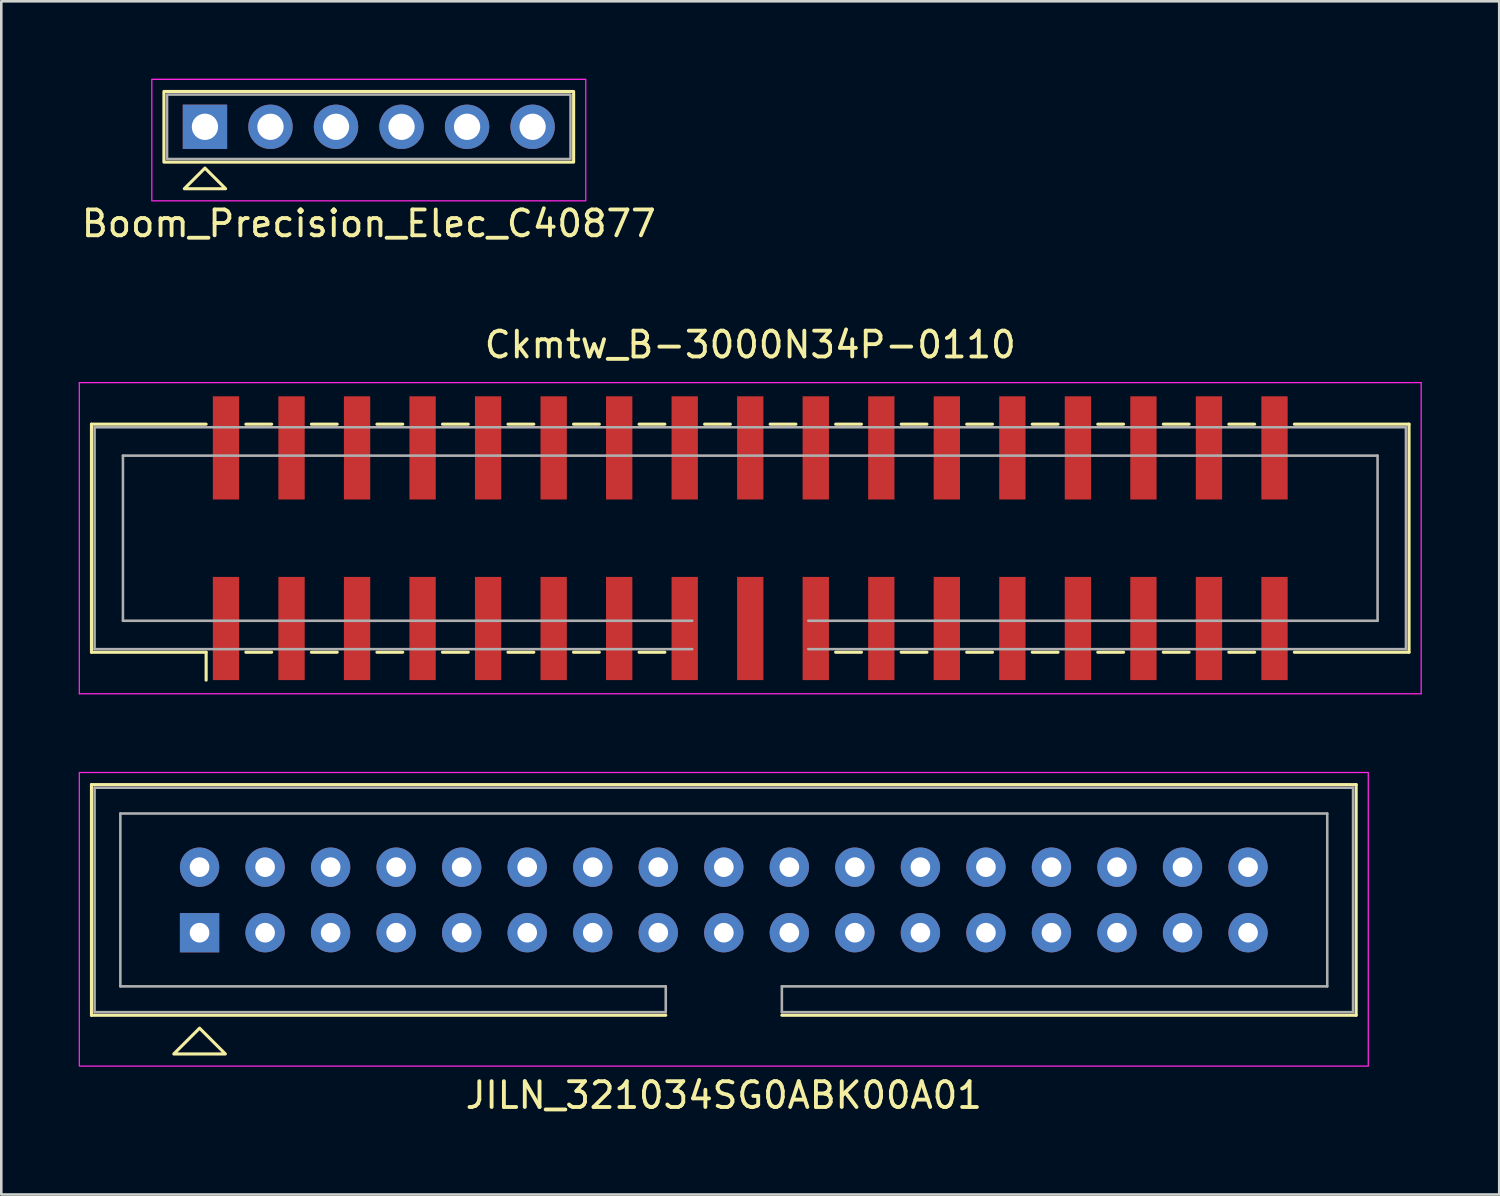
<source format=kicad_pcb>
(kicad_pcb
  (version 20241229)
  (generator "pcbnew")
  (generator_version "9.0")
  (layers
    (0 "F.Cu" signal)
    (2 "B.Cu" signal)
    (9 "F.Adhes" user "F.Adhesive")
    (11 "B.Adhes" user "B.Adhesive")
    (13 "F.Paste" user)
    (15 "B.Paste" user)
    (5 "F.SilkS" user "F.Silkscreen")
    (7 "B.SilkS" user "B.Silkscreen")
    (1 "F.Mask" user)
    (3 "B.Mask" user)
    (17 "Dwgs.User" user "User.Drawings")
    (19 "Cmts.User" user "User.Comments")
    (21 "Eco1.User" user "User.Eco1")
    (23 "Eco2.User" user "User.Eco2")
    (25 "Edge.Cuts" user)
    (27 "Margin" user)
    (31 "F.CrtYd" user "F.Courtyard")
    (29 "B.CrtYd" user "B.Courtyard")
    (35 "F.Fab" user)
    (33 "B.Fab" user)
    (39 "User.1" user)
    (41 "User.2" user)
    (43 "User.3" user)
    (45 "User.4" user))
  (footprint "Boom_Precision_Elec_C40877"
    (layer "F.Cu")
    (at 4.894 1.865)
    (property "Reference" "Boom_Precision_Elec_C40877" (at 6.35 3.75 0) (unlocked yes) (layer "F.SilkS") (effects (font (size 1 1) (thickness 0.15))))
    (attr through_hole)
    (fp_rect (start -1.59 -1.37) (end 14.29 1.37) (stroke (width 0.12) (type solid)) (fill no) (layer "F.SilkS"))
    (fp_poly (pts (xy 0 1.6) (xy 0.8 2.4) (xy -0.8 2.4)) (stroke (width 0.12) (type solid)) (fill no) (layer "F.SilkS"))
    (fp_rect (start -2.06 2.87) (end 14.76 -1.84) (stroke (width 0.05) (type solid)) (fill no) (layer "F.CrtYd"))
    (fp_rect (start -1.47 -1.25) (end 14.17 1.25) (stroke (width 0.1) (type solid)) (fill no) (layer "F.Fab"))
    (pad "1" thru_hole rect (at 0 0) (size 1.72 1.72) (drill 1.02) (layers "*.Cu" "*.Mask"))
    (pad "2" thru_hole circle (at 2.54 0) (size 1.72 1.72) (drill 1.02) (layers "*.Cu" "*.Mask"))
    (pad "3" thru_hole circle (at 5.08 0) (size 1.72 1.72) (drill 1.02) (layers "*.Cu" "*.Mask"))
    (pad "4" thru_hole circle (at 7.62 0) (size 1.72 1.72) (drill 1.02) (layers "*.Cu" "*.Mask"))
    (pad "5" thru_hole circle (at 10.16 0) (size 1.72 1.72) (drill 1.02) (layers "*.Cu" "*.Mask"))
    (pad "6" thru_hole circle (at 12.7 0) (size 1.72 1.72) (drill 1.02) (layers "*.Cu" "*.Mask")))
  (footprint "JILN_321034SG0ABK00A01"
    (layer "F.Cu")
    (at 4.685 33.102)
    (property "Reference" "JILN_321034SG0ABK00A01" (at 20.32 6.3 0) (unlocked yes) (layer "F.SilkS") (effects (font (size 1 1) (thickness 0.15))))
    (attr through_hole)
    (fp_line (start -4.19 -5.74) (end -4.19 3.2) (stroke (width 0.12) (type solid)) (layer "F.SilkS"))
    (fp_line (start -4.19 -5.74) (end 44.83 -5.74) (stroke (width 0.12) (type solid)) (layer "F.SilkS"))
    (fp_line (start -4.19 3.2) (end 18.07 3.2) (stroke (width 0.12) (type solid)) (layer "F.SilkS"))
    (fp_line (start 22.57 3.2) (end 44.83 3.2) (stroke (width 0.12) (type solid)) (layer "F.SilkS"))
    (fp_line (start 44.83 -5.74) (end 44.83 3.2) (stroke (width 0.12) (type solid)) (layer "F.SilkS"))
    (fp_poly (pts (xy 1 4.7) (xy -1 4.7) (xy 0 3.7)) (stroke (width 0.12) (type solid)) (fill no) (layer "F.SilkS"))
    (fp_rect (start -4.66 -6.21) (end 45.3 5.17) (stroke (width 0.05) (type solid)) (fill no) (layer "F.CrtYd"))
    (fp_line (start -4.07 -5.62) (end -4.07 3.08) (stroke (width 0.1) (type solid)) (layer "F.Fab"))
    (fp_line (start -4.07 -5.62) (end 44.71 -5.62) (stroke (width 0.1) (type solid)) (layer "F.Fab"))
    (fp_line (start -4.07 3.08) (end 18.07 3.08) (stroke (width 0.1) (type solid)) (layer "F.Fab"))
    (fp_line (start -3.07 -4.62) (end -3.07 2.08) (stroke (width 0.1) (type solid)) (layer "F.Fab"))
    (fp_line (start -3.07 -4.62) (end 43.71 -4.62) (stroke (width 0.1) (type solid)) (layer "F.Fab"))
    (fp_line (start -3.07 2.08) (end 18.07 2.08) (stroke (width 0.1) (type solid)) (layer "F.Fab"))
    (fp_line (start 18.07 2.08) (end 18.07 3.08) (stroke (width 0.1) (type solid)) (layer "F.Fab"))
    (fp_line (start 22.57 2.08) (end 43.71 2.08) (stroke (width 0.1) (type solid)) (layer "F.Fab"))
    (fp_line (start 22.57 3.08) (end 22.57 2.08) (stroke (width 0.1) (type solid)) (layer "F.Fab"))
    (fp_line (start 22.57 3.08) (end 44.71 3.08) (stroke (width 0.1) (type solid)) (layer "F.Fab"))
    (fp_line (start 43.71 -4.62) (end 43.71 2.08) (stroke (width 0.1) (type solid)) (layer "F.Fab"))
    (fp_line (start 44.71 -5.62) (end 44.71 3.08) (stroke (width 0.1) (type solid)) (layer "F.Fab"))
    (pad "1" thru_hole rect (at 0 0) (size 1.524 1.524) (drill 0.762) (layers "*.Cu" "*.Mask"))
    (pad "2" thru_hole circle (at 0 -2.54) (size 1.524 1.524) (drill 0.762) (layers "*.Cu" "*.Mask"))
    (pad "3" thru_hole circle (at 2.54 0) (size 1.524 1.524) (drill 0.762) (layers "*.Cu" "*.Mask"))
    (pad "4" thru_hole circle (at 2.54 -2.54) (size 1.524 1.524) (drill 0.762) (layers "*.Cu" "*.Mask"))
    (pad "5" thru_hole circle (at 5.08 0) (size 1.524 1.524) (drill 0.762) (layers "*.Cu" "*.Mask"))
    (pad "6" thru_hole circle (at 5.08 -2.54) (size 1.524 1.524) (drill 0.762) (layers "*.Cu" "*.Mask"))
    (pad "7" thru_hole circle (at 7.62 0) (size 1.524 1.524) (drill 0.762) (layers "*.Cu" "*.Mask"))
    (pad "8" thru_hole circle (at 7.62 -2.54) (size 1.524 1.524) (drill 0.762) (layers "*.Cu" "*.Mask"))
    (pad "9" thru_hole circle (at 10.16 0) (size 1.524 1.524) (drill 0.762) (layers "*.Cu" "*.Mask"))
    (pad "10" thru_hole circle (at 10.16 -2.54) (size 1.524 1.524) (drill 0.762) (layers "*.Cu" "*.Mask"))
    (pad "11" thru_hole circle (at 12.7 0) (size 1.524 1.524) (drill 0.762) (layers "*.Cu" "*.Mask"))
    (pad "12" thru_hole circle (at 12.7 -2.54) (size 1.524 1.524) (drill 0.762) (layers "*.Cu" "*.Mask"))
    (pad "13" thru_hole circle (at 15.24 0) (size 1.524 1.524) (drill 0.762) (layers "*.Cu" "*.Mask"))
    (pad "14" thru_hole circle (at 15.24 -2.54) (size 1.524 1.524) (drill 0.762) (layers "*.Cu" "*.Mask"))
    (pad "15" thru_hole circle (at 17.78 0) (size 1.524 1.524) (drill 0.762) (layers "*.Cu" "*.Mask"))
    (pad "16" thru_hole circle (at 17.78 -2.54) (size 1.524 1.524) (drill 0.762) (layers "*.Cu" "*.Mask"))
    (pad "17" thru_hole circle (at 20.32 0) (size 1.524 1.524) (drill 0.762) (layers "*.Cu" "*.Mask"))
    (pad "18" thru_hole circle (at 20.32 -2.54) (size 1.524 1.524) (drill 0.762) (layers "*.Cu" "*.Mask"))
    (pad "19" thru_hole circle (at 22.86 0) (size 1.524 1.524) (drill 0.762) (layers "*.Cu" "*.Mask"))
    (pad "20" thru_hole circle (at 22.86 -2.54) (size 1.524 1.524) (drill 0.762) (layers "*.Cu" "*.Mask"))
    (pad "21" thru_hole circle (at 25.4 0) (size 1.524 1.524) (drill 0.762) (layers "*.Cu" "*.Mask"))
    (pad "22" thru_hole circle (at 25.4 -2.54) (size 1.524 1.524) (drill 0.762) (layers "*.Cu" "*.Mask"))
    (pad "23" thru_hole circle (at 27.94 0) (size 1.524 1.524) (drill 0.762) (layers "*.Cu" "*.Mask"))
    (pad "24" thru_hole circle (at 27.94 -2.54) (size 1.524 1.524) (drill 0.762) (layers "*.Cu" "*.Mask"))
    (pad "25" thru_hole circle (at 30.48 0) (size 1.524 1.524) (drill 0.762) (layers "*.Cu" "*.Mask"))
    (pad "26" thru_hole circle (at 30.48 -2.54) (size 1.524 1.524) (drill 0.762) (layers "*.Cu" "*.Mask"))
    (pad "27" thru_hole circle (at 33.02 0) (size 1.524 1.524) (drill 0.762) (layers "*.Cu" "*.Mask"))
    (pad "28" thru_hole circle (at 33.02 -2.54) (size 1.524 1.524) (drill 0.762) (layers "*.Cu" "*.Mask"))
    (pad "29" thru_hole circle (at 35.56 0) (size 1.524 1.524) (drill 0.762) (layers "*.Cu" "*.Mask"))
    (pad "30" thru_hole circle (at 35.56 -2.54) (size 1.524 1.524) (drill 0.762) (layers "*.Cu" "*.Mask"))
    (pad "31" thru_hole circle (at 38.1 0) (size 1.524 1.524) (drill 0.762) (layers "*.Cu" "*.Mask"))
    (pad "32" thru_hole circle (at 38.1 -2.54) (size 1.524 1.524) (drill 0.762) (layers "*.Cu" "*.Mask"))
    (pad "33" thru_hole circle (at 40.64 0) (size 1.524 1.524) (drill 0.762) (layers "*.Cu" "*.Mask"))
    (pad "34" thru_hole circle (at 40.64 -2.54) (size 1.524 1.524) (drill 0.762) (layers "*.Cu" "*.Mask")))
  (footprint "Ckmtw_B-3000N34P-0110"
    (layer "F.Cu")
    (at 5.71 21.311)
    (property "Reference" "Ckmtw_B-3000N34P-0110" (at 20.32 -11 0) (unlocked yes) (layer "F.SilkS") (effects (font (size 1 1) (thickness 0.15))))
    (attr smd)
    (fp_line (start -5.215 -7.92) (end -0.77 -7.92) (stroke (width 0.12) (type solid)) (layer "F.SilkS"))
    (fp_line (start -5.215 0.92) (end -5.215 -7.92) (stroke (width 0.12) (type solid)) (layer "F.SilkS"))
    (fp_line (start -5.215 0.92) (end -0.77 0.92) (stroke (width 0.12) (type solid)) (layer "F.SilkS"))
    (fp_line (start -0.77 0.92) (end -0.77 2) (stroke (width 0.12) (type solid)) (layer "F.SilkS"))
    (fp_line (start 0.77 0.92) (end 1.77 0.92) (stroke (width 0.12) (type solid)) (layer "F.SilkS"))
    (fp_line (start 1.77 -7.92) (end 0.77 -7.92) (stroke (width 0.12) (type solid)) (layer "F.SilkS"))
    (fp_line (start 3.31 0.92) (end 4.31 0.92) (stroke (width 0.12) (type solid)) (layer "F.SilkS"))
    (fp_line (start 4.31 -7.92) (end 3.31 -7.92) (stroke (width 0.12) (type solid)) (layer "F.SilkS"))
    (fp_line (start 5.85 0.92) (end 6.85 0.92) (stroke (width 0.12) (type solid)) (layer "F.SilkS"))
    (fp_line (start 6.85 -7.92) (end 5.85 -7.92) (stroke (width 0.12) (type solid)) (layer "F.SilkS"))
    (fp_line (start 8.39 0.92) (end 9.39 0.92) (stroke (width 0.12) (type solid)) (layer "F.SilkS"))
    (fp_line (start 9.39 -7.92) (end 8.39 -7.92) (stroke (width 0.12) (type solid)) (layer "F.SilkS"))
    (fp_line (start 10.93 0.92) (end 11.93 0.92) (stroke (width 0.12) (type solid)) (layer "F.SilkS"))
    (fp_line (start 11.93 -7.92) (end 10.93 -7.92) (stroke (width 0.12) (type solid)) (layer "F.SilkS"))
    (fp_line (start 13.47 0.92) (end 14.47 0.92) (stroke (width 0.12) (type solid)) (layer "F.SilkS"))
    (fp_line (start 14.47 -7.92) (end 13.47 -7.92) (stroke (width 0.12) (type solid)) (layer "F.SilkS"))
    (fp_line (start 16.01 0.92) (end 17.01 0.92) (stroke (width 0.12) (type solid)) (layer "F.SilkS"))
    (fp_line (start 17.01 -7.92) (end 16.01 -7.92) (stroke (width 0.12) (type solid)) (layer "F.SilkS"))
    (fp_line (start 19.55 -7.92) (end 18.55 -7.92) (stroke (width 0.12) (type solid)) (layer "F.SilkS"))
    (fp_line (start 22.09 -7.92) (end 21.09 -7.92) (stroke (width 0.12) (type solid)) (layer "F.SilkS"))
    (fp_line (start 23.63 0.92) (end 24.63 0.92) (stroke (width 0.12) (type solid)) (layer "F.SilkS"))
    (fp_line (start 24.63 -7.92) (end 23.63 -7.92) (stroke (width 0.12) (type solid)) (layer "F.SilkS"))
    (fp_line (start 26.17 0.92) (end 27.17 0.92) (stroke (width 0.12) (type solid)) (layer "F.SilkS"))
    (fp_line (start 27.17 -7.92) (end 26.17 -7.92) (stroke (width 0.12) (type solid)) (layer "F.SilkS"))
    (fp_line (start 28.71 0.92) (end 29.71 0.92) (stroke (width 0.12) (type solid)) (layer "F.SilkS"))
    (fp_line (start 29.71 -7.92) (end 28.71 -7.92) (stroke (width 0.12) (type solid)) (layer "F.SilkS"))
    (fp_line (start 31.25 0.92) (end 32.25 0.92) (stroke (width 0.12) (type solid)) (layer "F.SilkS"))
    (fp_line (start 32.25 -7.92) (end 31.25 -7.92) (stroke (width 0.12) (type solid)) (layer "F.SilkS"))
    (fp_line (start 33.79 0.92) (end 34.79 0.92) (stroke (width 0.12) (type solid)) (layer "F.SilkS"))
    (fp_line (start 34.79 -7.92) (end 33.79 -7.92) (stroke (width 0.12) (type solid)) (layer "F.SilkS"))
    (fp_line (start 36.33 0.92) (end 37.33 0.92) (stroke (width 0.12) (type solid)) (layer "F.SilkS"))
    (fp_line (start 37.33 -7.92) (end 36.33 -7.92) (stroke (width 0.12) (type solid)) (layer "F.SilkS"))
    (fp_line (start 38.87 0.92) (end 39.87 0.92) (stroke (width 0.12) (type solid)) (layer "F.SilkS"))
    (fp_line (start 39.87 -7.92) (end 38.87 -7.92) (stroke (width 0.12) (type solid)) (layer "F.SilkS"))
    (fp_line (start 41.41 0.92) (end 45.855 0.92) (stroke (width 0.12) (type solid)) (layer "F.SilkS"))
    (fp_line (start 45.855 -7.92) (end 41.41 -7.92) (stroke (width 0.12) (type solid)) (layer "F.SilkS"))
    (fp_line (start 45.855 0.92) (end 45.855 -7.92) (stroke (width 0.12) (type solid)) (layer "F.SilkS"))
    (fp_line (start -5.685 -9.53) (end -5.685 2.53) (stroke (width 0.05) (type solid)) (layer "F.CrtYd"))
    (fp_line (start -5.685 -9.53) (end 46.325 -9.53) (stroke (width 0.05) (type solid)) (layer "F.CrtYd"))
    (fp_line (start -5.685 2.53) (end 46.325 2.53) (stroke (width 0.05) (type solid)) (layer "F.CrtYd"))
    (fp_line (start 46.325 -9.53) (end 46.325 2.53) (stroke (width 0.05) (type solid)) (layer "F.CrtYd"))
    (fp_line (start -5.095 -7.8) (end -5.095 0.8) (stroke (width 0.1) (type solid)) (layer "F.Fab"))
    (fp_line (start -5.095 -7.8) (end 45.735 -7.8) (stroke (width 0.1) (type solid)) (layer "F.Fab"))
    (fp_line (start -5.095 0.8) (end 18.07 0.8) (stroke (width 0.1) (type solid)) (layer "F.Fab"))
    (fp_line (start -3.995 -6.7) (end -3.995 -0.3) (stroke (width 0.1) (type solid)) (layer "F.Fab"))
    (fp_line (start -3.995 -6.7) (end 44.635 -6.7) (stroke (width 0.1) (type solid)) (layer "F.Fab"))
    (fp_line (start -3.995 -0.3) (end 18.07 -0.3) (stroke (width 0.1) (type solid)) (layer "F.Fab"))
    (fp_line (start 22.57 -0.3) (end 44.635 -0.3) (stroke (width 0.1) (type solid)) (layer "F.Fab"))
    (fp_line (start 22.57 0.8) (end 45.735 0.8) (stroke (width 0.1) (type solid)) (layer "F.Fab"))
    (fp_line (start 44.635 -6.7) (end 44.635 -0.3) (stroke (width 0.1) (type solid)) (layer "F.Fab"))
    (fp_line (start 45.735 -7.8) (end 45.735 0.8) (stroke (width 0.1) (type solid)) (layer "F.Fab"))
    (pad "1" smd rect (at 0 0) (size 1.02 4) (layers "F.Cu" "F.Mask" "F.Paste"))
    (pad "2" smd rect (at 0 -7) (size 1.02 4) (layers "F.Cu" "F.Mask" "F.Paste"))
    (pad "3" smd rect (at 2.54 0) (size 1.02 4) (layers "F.Cu" "F.Mask" "F.Paste"))
    (pad "4" smd rect (at 2.54 -7) (size 1.02 4) (layers "F.Cu" "F.Mask" "F.Paste"))
    (pad "5" smd rect (at 5.08 0) (size 1.02 4) (layers "F.Cu" "F.Mask" "F.Paste"))
    (pad "6" smd rect (at 5.08 -7) (size 1.02 4) (layers "F.Cu" "F.Mask" "F.Paste"))
    (pad "7" smd rect (at 7.62 0) (size 1.02 4) (layers "F.Cu" "F.Mask" "F.Paste"))
    (pad "8" smd rect (at 7.62 -7) (size 1.02 4) (layers "F.Cu" "F.Mask" "F.Paste"))
    (pad "9" smd rect (at 10.16 0) (size 1.02 4) (layers "F.Cu" "F.Mask" "F.Paste"))
    (pad "10" smd rect (at 10.16 -7) (size 1.02 4) (layers "F.Cu" "F.Mask" "F.Paste"))
    (pad "11" smd rect (at 12.7 0) (size 1.02 4) (layers "F.Cu" "F.Mask" "F.Paste"))
    (pad "12" smd rect (at 12.7 -7) (size 1.02 4) (layers "F.Cu" "F.Mask" "F.Paste"))
    (pad "13" smd rect (at 15.24 0) (size 1.02 4) (layers "F.Cu" "F.Mask" "F.Paste"))
    (pad "14" smd rect (at 15.24 -7) (size 1.02 4) (layers "F.Cu" "F.Mask" "F.Paste"))
    (pad "15" smd rect (at 17.78 0) (size 1.02 4) (layers "F.Cu" "F.Mask" "F.Paste"))
    (pad "16" smd rect (at 17.78 -7) (size 1.02 4) (layers "F.Cu" "F.Mask" "F.Paste"))
    (pad "17" smd rect (at 20.32 0) (size 1.02 4) (layers "F.Cu" "F.Mask" "F.Paste"))
    (pad "18" smd rect (at 20.32 -7) (size 1.02 4) (layers "F.Cu" "F.Mask" "F.Paste"))
    (pad "19" smd rect (at 22.86 0) (size 1.02 4) (layers "F.Cu" "F.Mask" "F.Paste"))
    (pad "20" smd rect (at 22.86 -7) (size 1.02 4) (layers "F.Cu" "F.Mask" "F.Paste"))
    (pad "21" smd rect (at 25.4 0) (size 1.02 4) (layers "F.Cu" "F.Mask" "F.Paste"))
    (pad "22" smd rect (at 25.4 -7) (size 1.02 4) (layers "F.Cu" "F.Mask" "F.Paste"))
    (pad "23" smd rect (at 27.94 0) (size 1.02 4) (layers "F.Cu" "F.Mask" "F.Paste"))
    (pad "24" smd rect (at 27.94 -7) (size 1.02 4) (layers "F.Cu" "F.Mask" "F.Paste"))
    (pad "25" smd rect (at 30.48 0) (size 1.02 4) (layers "F.Cu" "F.Mask" "F.Paste"))
    (pad "26" smd rect (at 30.48 -7) (size 1.02 4) (layers "F.Cu" "F.Mask" "F.Paste"))
    (pad "27" smd rect (at 33.02 0) (size 1.02 4) (layers "F.Cu" "F.Mask" "F.Paste"))
    (pad "28" smd rect (at 33.02 -7) (size 1.02 4) (layers "F.Cu" "F.Mask" "F.Paste"))
    (pad "29" smd rect (at 35.56 0) (size 1.02 4) (layers "F.Cu" "F.Mask" "F.Paste"))
    (pad "30" smd rect (at 35.56 -7) (size 1.02 4) (layers "F.Cu" "F.Mask" "F.Paste"))
    (pad "31" smd rect (at 38.1 0) (size 1.02 4) (layers "F.Cu" "F.Mask" "F.Paste"))
    (pad "32" smd rect (at 38.1 -7) (size 1.02 4) (layers "F.Cu" "F.Mask" "F.Paste"))
    (pad "33" smd rect (at 40.64 0) (size 1.02 4) (layers "F.Cu" "F.Mask" "F.Paste"))
    (pad "34" smd rect (at 40.64 -7) (size 1.02 4) (layers "F.Cu" "F.Mask" "F.Paste")))
  (gr_rect
    (start -3 -3)
    (end 55.06 43.25)
    (stroke (width 0.1) (type default))
    (fill no)
    (layer "Edge.Cuts")))
</source>
